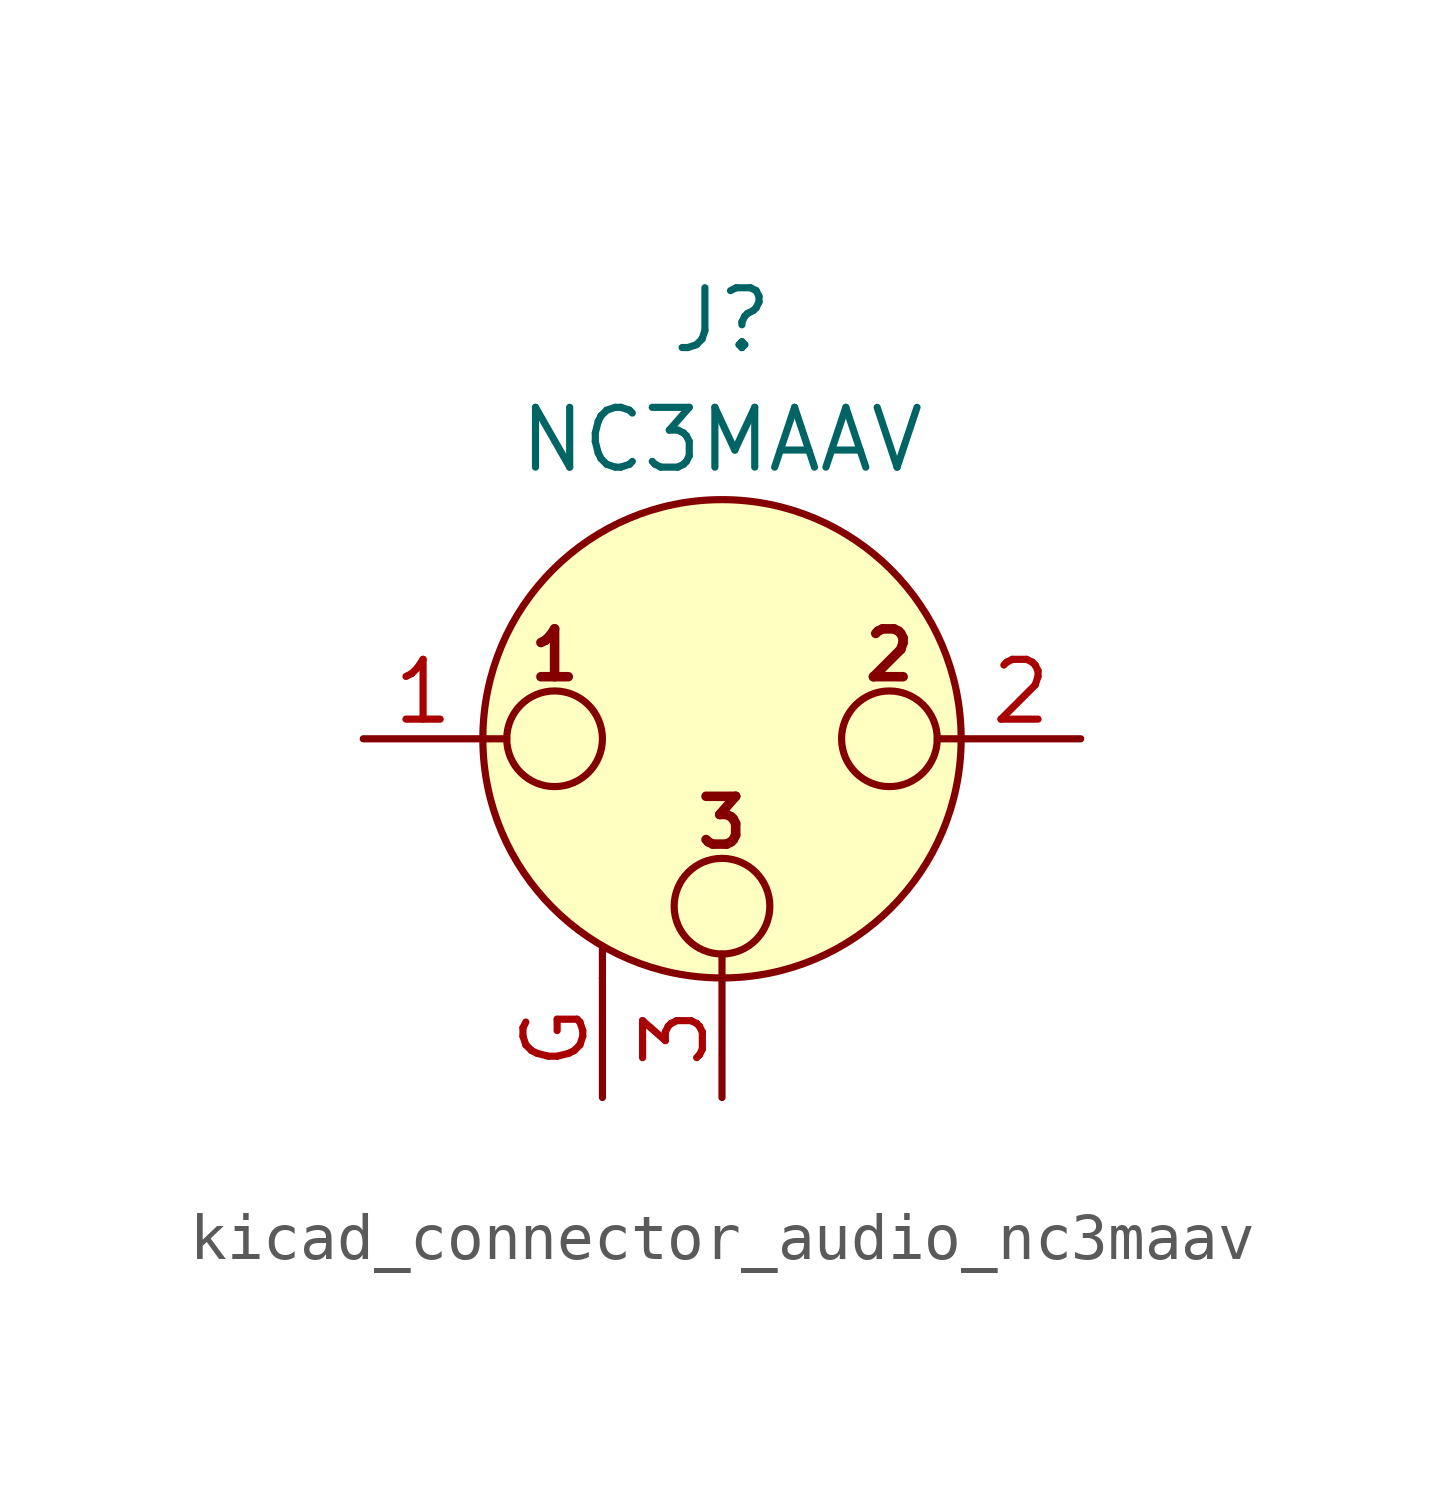
<source format=kicad_sym>
(kicad_symbol_lib
  (version 20220914)
  (generator kicad_symbol_editor)
  (symbol "kicad_connector_audio_nc3maav"
    (pin_names hide)
    (property "Reference" "J"
      (at 0 8.89 0)
      (effects (font (size 1.27 1.27))))
    (property "Value" "NC3MAAV"
      (at 0 6.35 0)
      (effects (font (size 1.27 1.27))))
    (symbol "kicad_connector_audio_nc3maav_0_1"
      (circle (center -3.556 0) (radius 1.016) (stroke (width 0) (type default)) (fill (type none)))
      (circle (center 0 -3.556) (radius 1.016) (stroke (width 0) (type default)) (fill (type none)))
      (polyline (pts (xy -5.08 0) (xy -4.572 0)) (stroke (width 0) (type default)) (fill (type none)))
      (polyline (pts (xy -2.54 -5.08) (xy -2.54 -4.445)) (stroke (width 0) (type default)) (fill (type none)))
      (polyline (pts (xy 0 -5.08) (xy 0 -4.572)) (stroke (width 0) (type default)) (fill (type none)))
      (polyline (pts (xy 5.08 0) (xy 4.572 0)) (stroke (width 0) (type default)) (fill (type none)))
      (circle (center 0 0) (radius 5.08) (stroke (width 0) (type default)) (fill (type background)))
      (circle (center 3.556 0) (radius 1.016) (stroke (width 0) (type default)) (fill (type none)))
      (text "1" (at -3.556 1.778 0) (effects (font (size 1.016 1.016) bold)))
      (text "2" (at 3.556 1.778 0) (effects (font (size 1.016 1.016) bold)))
      (text "3" (at 0 -1.778 0) (effects (font (size 1.016 1.016) bold)))
      (pin passive line (at -7.62 0 0) (length 2.54) (name "~" (effects (font (size 1.27 1.27)))) (number "1" (effects (font (size 1.27 1.27)))))
      (pin passive line (at 7.62 0 180) (length 2.54) (name "~" (effects (font (size 1.27 1.27)))) (number "2" (effects (font (size 1.27 1.27)))))
      (pin passive line (at 0 -7.62 90) (length 2.54) (name "~" (effects (font (size 1.27 1.27)))) (number "3" (effects (font (size 1.27 1.27))))))
    (symbol "kicad_connector_audio_nc3maav_1_1"
      (pin passive line (at -2.54 -7.62 90) (length 2.54) (name "~" (effects (font (size 1.27 1.27)))) (number "G" (effects (font (size 1.27 1.27))))))))
</source>
